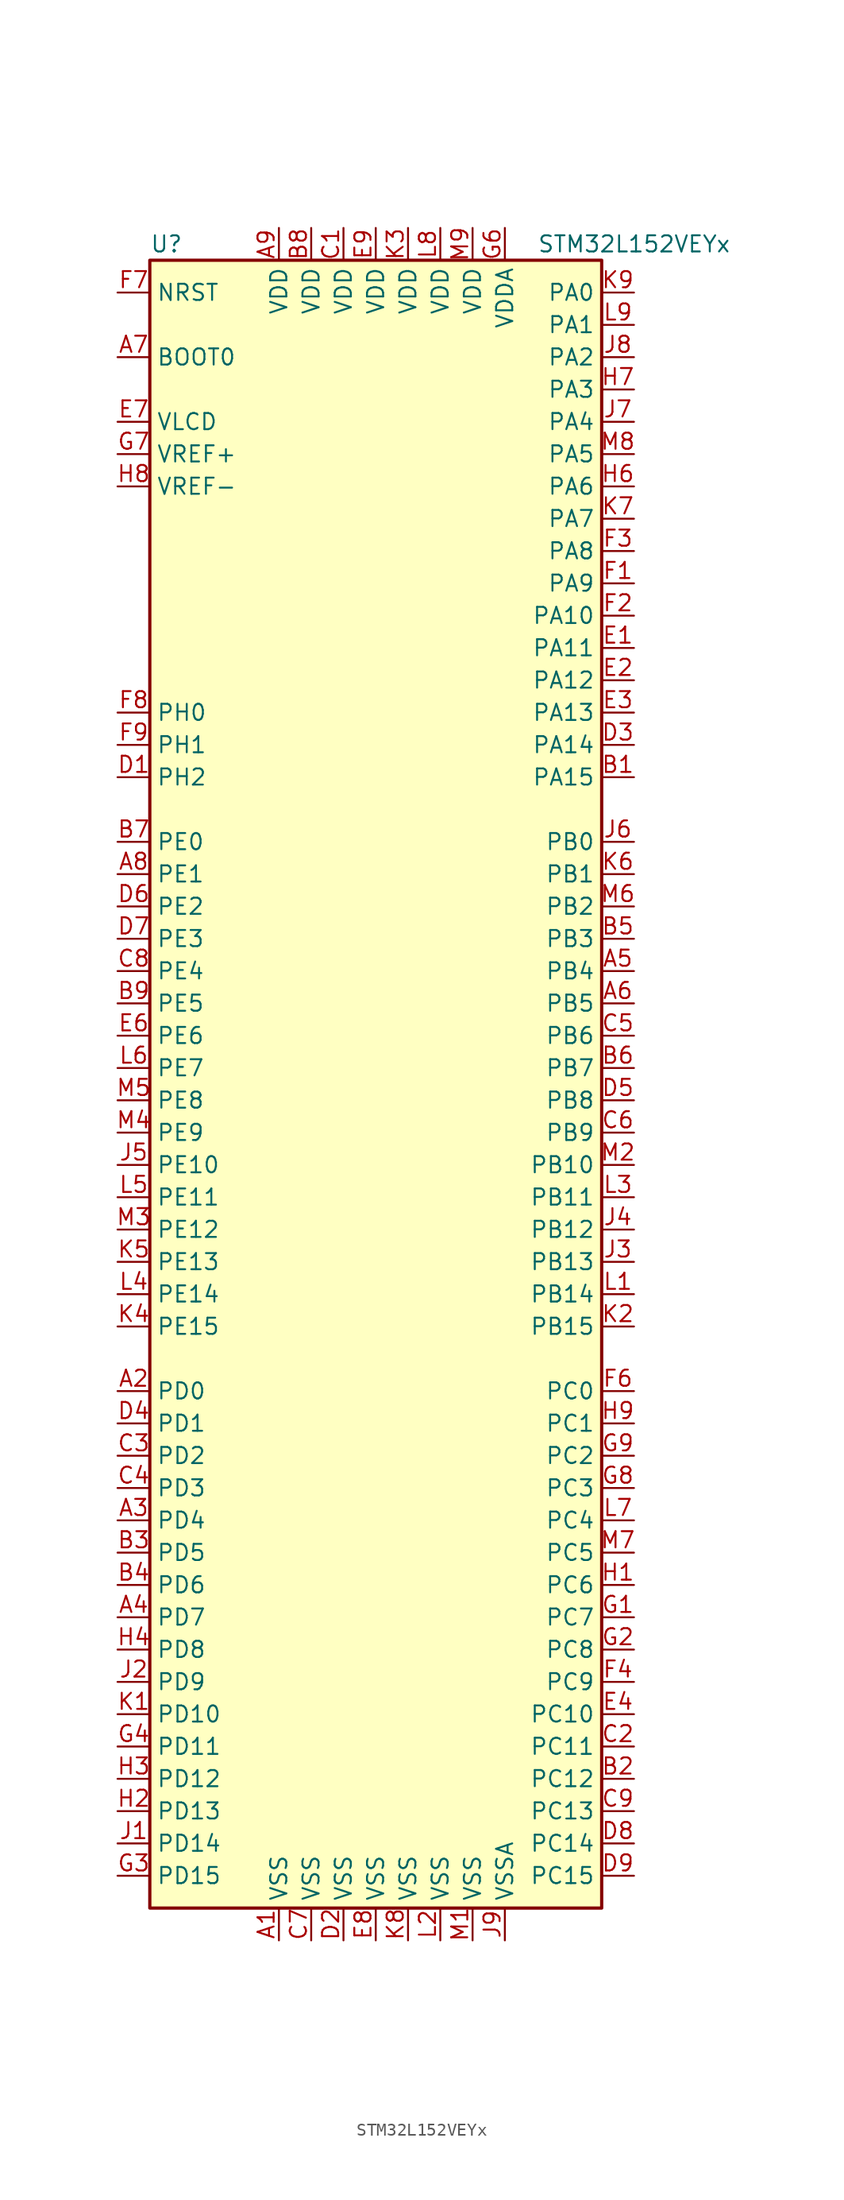
<source format=kicad_sym>
(kicad_symbol_lib
  (version 20201005)
  (generator kicad_symbol_editor)
  (symbol "MCU_ST_STM32L1:STM32L152VEYx"
    (property "Reference" "U"
      (at -17.78 64.77 0)
      (effects (font (size 1.27 1.27)) (justify left)))
    (property "Value" "STM32L152VEYx"
      (at 12.7 64.77 0)
      (effects (font (size 1.27 1.27)) (justify left)))
    (symbol "STM32L152VEYx_0_1"
      (rectangle (start -17.78 -66.04) (end 17.78 63.5) (stroke (width 0.254)) (fill (type background))))
    (symbol "STM32L152VEYx_1_1"
      (pin input line (at -20.32 55.88 0) (length 2.54) (name "BOOT0" (effects (font (size 1.27 1.27)))) (number "A7" (effects (font (size 1.27 1.27)))))
      (pin input line (at -20.32 60.96 0) (length 2.54) (name "NRST" (effects (font (size 1.27 1.27)))) (number "F7" (effects (font (size 1.27 1.27)))))
      (pin bidirectional line (at 20.32 60.96 180) (length 2.54) (name "PA0" (effects (font (size 1.27 1.27)))) (number "K9" (effects (font (size 1.27 1.27)))))
      (pin bidirectional line (at 20.32 58.42 180) (length 2.54) (name "PA1" (effects (font (size 1.27 1.27)))) (number "L9" (effects (font (size 1.27 1.27)))))
      (pin bidirectional line (at 20.32 35.56 180) (length 2.54) (name "PA10" (effects (font (size 1.27 1.27)))) (number "F2" (effects (font (size 1.27 1.27)))))
      (pin bidirectional line (at 20.32 33.02 180) (length 2.54) (name "PA11" (effects (font (size 1.27 1.27)))) (number "E1" (effects (font (size 1.27 1.27)))))
      (pin bidirectional line (at 20.32 30.48 180) (length 2.54) (name "PA12" (effects (font (size 1.27 1.27)))) (number "E2" (effects (font (size 1.27 1.27)))))
      (pin bidirectional line (at 20.32 27.94 180) (length 2.54) (name "PA13" (effects (font (size 1.27 1.27)))) (number "E3" (effects (font (size 1.27 1.27)))))
      (pin bidirectional line (at 20.32 25.4 180) (length 2.54) (name "PA14" (effects (font (size 1.27 1.27)))) (number "D3" (effects (font (size 1.27 1.27)))))
      (pin bidirectional line (at 20.32 22.86 180) (length 2.54) (name "PA15" (effects (font (size 1.27 1.27)))) (number "B1" (effects (font (size 1.27 1.27)))))
      (pin bidirectional line (at 20.32 55.88 180) (length 2.54) (name "PA2" (effects (font (size 1.27 1.27)))) (number "J8" (effects (font (size 1.27 1.27)))))
      (pin bidirectional line (at 20.32 53.34 180) (length 2.54) (name "PA3" (effects (font (size 1.27 1.27)))) (number "H7" (effects (font (size 1.27 1.27)))))
      (pin bidirectional line (at 20.32 50.8 180) (length 2.54) (name "PA4" (effects (font (size 1.27 1.27)))) (number "J7" (effects (font (size 1.27 1.27)))))
      (pin bidirectional line (at 20.32 48.26 180) (length 2.54) (name "PA5" (effects (font (size 1.27 1.27)))) (number "M8" (effects (font (size 1.27 1.27)))))
      (pin bidirectional line (at 20.32 45.72 180) (length 2.54) (name "PA6" (effects (font (size 1.27 1.27)))) (number "H6" (effects (font (size 1.27 1.27)))))
      (pin bidirectional line (at 20.32 43.18 180) (length 2.54) (name "PA7" (effects (font (size 1.27 1.27)))) (number "K7" (effects (font (size 1.27 1.27)))))
      (pin bidirectional line (at 20.32 40.64 180) (length 2.54) (name "PA8" (effects (font (size 1.27 1.27)))) (number "F3" (effects (font (size 1.27 1.27)))))
      (pin bidirectional line (at 20.32 38.1 180) (length 2.54) (name "PA9" (effects (font (size 1.27 1.27)))) (number "F1" (effects (font (size 1.27 1.27)))))
      (pin bidirectional line (at 20.32 17.78 180) (length 2.54) (name "PB0" (effects (font (size 1.27 1.27)))) (number "J6" (effects (font (size 1.27 1.27)))))
      (pin bidirectional line (at 20.32 15.24 180) (length 2.54) (name "PB1" (effects (font (size 1.27 1.27)))) (number "K6" (effects (font (size 1.27 1.27)))))
      (pin bidirectional line (at 20.32 -7.62 180) (length 2.54) (name "PB10" (effects (font (size 1.27 1.27)))) (number "M2" (effects (font (size 1.27 1.27)))))
      (pin bidirectional line (at 20.32 -10.16 180) (length 2.54) (name "PB11" (effects (font (size 1.27 1.27)))) (number "L3" (effects (font (size 1.27 1.27)))))
      (pin bidirectional line (at 20.32 -12.7 180) (length 2.54) (name "PB12" (effects (font (size 1.27 1.27)))) (number "J4" (effects (font (size 1.27 1.27)))))
      (pin bidirectional line (at 20.32 -15.24 180) (length 2.54) (name "PB13" (effects (font (size 1.27 1.27)))) (number "J3" (effects (font (size 1.27 1.27)))))
      (pin bidirectional line (at 20.32 -17.78 180) (length 2.54) (name "PB14" (effects (font (size 1.27 1.27)))) (number "L1" (effects (font (size 1.27 1.27)))))
      (pin bidirectional line (at 20.32 -20.32 180) (length 2.54) (name "PB15" (effects (font (size 1.27 1.27)))) (number "K2" (effects (font (size 1.27 1.27)))))
      (pin bidirectional line (at 20.32 12.7 180) (length 2.54) (name "PB2" (effects (font (size 1.27 1.27)))) (number "M6" (effects (font (size 1.27 1.27)))))
      (pin bidirectional line (at 20.32 10.16 180) (length 2.54) (name "PB3" (effects (font (size 1.27 1.27)))) (number "B5" (effects (font (size 1.27 1.27)))))
      (pin bidirectional line (at 20.32 7.62 180) (length 2.54) (name "PB4" (effects (font (size 1.27 1.27)))) (number "A5" (effects (font (size 1.27 1.27)))))
      (pin bidirectional line (at 20.32 5.08 180) (length 2.54) (name "PB5" (effects (font (size 1.27 1.27)))) (number "A6" (effects (font (size 1.27 1.27)))))
      (pin bidirectional line (at 20.32 2.54 180) (length 2.54) (name "PB6" (effects (font (size 1.27 1.27)))) (number "C5" (effects (font (size 1.27 1.27)))))
      (pin bidirectional line (at 20.32 0 180) (length 2.54) (name "PB7" (effects (font (size 1.27 1.27)))) (number "B6" (effects (font (size 1.27 1.27)))))
      (pin bidirectional line (at 20.32 -2.54 180) (length 2.54) (name "PB8" (effects (font (size 1.27 1.27)))) (number "D5" (effects (font (size 1.27 1.27)))))
      (pin bidirectional line (at 20.32 -5.08 180) (length 2.54) (name "PB9" (effects (font (size 1.27 1.27)))) (number "C6" (effects (font (size 1.27 1.27)))))
      (pin bidirectional line (at 20.32 -25.4 180) (length 2.54) (name "PC0" (effects (font (size 1.27 1.27)))) (number "F6" (effects (font (size 1.27 1.27)))))
      (pin bidirectional line (at 20.32 -27.94 180) (length 2.54) (name "PC1" (effects (font (size 1.27 1.27)))) (number "H9" (effects (font (size 1.27 1.27)))))
      (pin bidirectional line (at 20.32 -50.8 180) (length 2.54) (name "PC10" (effects (font (size 1.27 1.27)))) (number "E4" (effects (font (size 1.27 1.27)))))
      (pin bidirectional line (at 20.32 -53.34 180) (length 2.54) (name "PC11" (effects (font (size 1.27 1.27)))) (number "C2" (effects (font (size 1.27 1.27)))))
      (pin bidirectional line (at 20.32 -55.88 180) (length 2.54) (name "PC12" (effects (font (size 1.27 1.27)))) (number "B2" (effects (font (size 1.27 1.27)))))
      (pin bidirectional line (at 20.32 -58.42 180) (length 2.54) (name "PC13" (effects (font (size 1.27 1.27)))) (number "C9" (effects (font (size 1.27 1.27)))))
      (pin bidirectional line (at 20.32 -60.96 180) (length 2.54) (name "PC14" (effects (font (size 1.27 1.27)))) (number "D8" (effects (font (size 1.27 1.27)))))
      (pin bidirectional line (at 20.32 -63.5 180) (length 2.54) (name "PC15" (effects (font (size 1.27 1.27)))) (number "D9" (effects (font (size 1.27 1.27)))))
      (pin bidirectional line (at 20.32 -30.48 180) (length 2.54) (name "PC2" (effects (font (size 1.27 1.27)))) (number "G9" (effects (font (size 1.27 1.27)))))
      (pin bidirectional line (at 20.32 -33.02 180) (length 2.54) (name "PC3" (effects (font (size 1.27 1.27)))) (number "G8" (effects (font (size 1.27 1.27)))))
      (pin bidirectional line (at 20.32 -35.56 180) (length 2.54) (name "PC4" (effects (font (size 1.27 1.27)))) (number "L7" (effects (font (size 1.27 1.27)))))
      (pin bidirectional line (at 20.32 -38.1 180) (length 2.54) (name "PC5" (effects (font (size 1.27 1.27)))) (number "M7" (effects (font (size 1.27 1.27)))))
      (pin bidirectional line (at 20.32 -40.64 180) (length 2.54) (name "PC6" (effects (font (size 1.27 1.27)))) (number "H1" (effects (font (size 1.27 1.27)))))
      (pin bidirectional line (at 20.32 -43.18 180) (length 2.54) (name "PC7" (effects (font (size 1.27 1.27)))) (number "G1" (effects (font (size 1.27 1.27)))))
      (pin bidirectional line (at 20.32 -45.72 180) (length 2.54) (name "PC8" (effects (font (size 1.27 1.27)))) (number "G2" (effects (font (size 1.27 1.27)))))
      (pin bidirectional line (at 20.32 -48.26 180) (length 2.54) (name "PC9" (effects (font (size 1.27 1.27)))) (number "F4" (effects (font (size 1.27 1.27)))))
      (pin bidirectional line (at -20.32 -25.4 0) (length 2.54) (name "PD0" (effects (font (size 1.27 1.27)))) (number "A2" (effects (font (size 1.27 1.27)))))
      (pin bidirectional line (at -20.32 -27.94 0) (length 2.54) (name "PD1" (effects (font (size 1.27 1.27)))) (number "D4" (effects (font (size 1.27 1.27)))))
      (pin bidirectional line (at -20.32 -50.8 0) (length 2.54) (name "PD10" (effects (font (size 1.27 1.27)))) (number "K1" (effects (font (size 1.27 1.27)))))
      (pin bidirectional line (at -20.32 -53.34 0) (length 2.54) (name "PD11" (effects (font (size 1.27 1.27)))) (number "G4" (effects (font (size 1.27 1.27)))))
      (pin bidirectional line (at -20.32 -55.88 0) (length 2.54) (name "PD12" (effects (font (size 1.27 1.27)))) (number "H3" (effects (font (size 1.27 1.27)))))
      (pin bidirectional line (at -20.32 -58.42 0) (length 2.54) (name "PD13" (effects (font (size 1.27 1.27)))) (number "H2" (effects (font (size 1.27 1.27)))))
      (pin bidirectional line (at -20.32 -60.96 0) (length 2.54) (name "PD14" (effects (font (size 1.27 1.27)))) (number "J1" (effects (font (size 1.27 1.27)))))
      (pin bidirectional line (at -20.32 -63.5 0) (length 2.54) (name "PD15" (effects (font (size 1.27 1.27)))) (number "G3" (effects (font (size 1.27 1.27)))))
      (pin bidirectional line (at -20.32 -30.48 0) (length 2.54) (name "PD2" (effects (font (size 1.27 1.27)))) (number "C3" (effects (font (size 1.27 1.27)))))
      (pin bidirectional line (at -20.32 -33.02 0) (length 2.54) (name "PD3" (effects (font (size 1.27 1.27)))) (number "C4" (effects (font (size 1.27 1.27)))))
      (pin bidirectional line (at -20.32 -35.56 0) (length 2.54) (name "PD4" (effects (font (size 1.27 1.27)))) (number "A3" (effects (font (size 1.27 1.27)))))
      (pin bidirectional line (at -20.32 -38.1 0) (length 2.54) (name "PD5" (effects (font (size 1.27 1.27)))) (number "B3" (effects (font (size 1.27 1.27)))))
      (pin bidirectional line (at -20.32 -40.64 0) (length 2.54) (name "PD6" (effects (font (size 1.27 1.27)))) (number "B4" (effects (font (size 1.27 1.27)))))
      (pin bidirectional line (at -20.32 -43.18 0) (length 2.54) (name "PD7" (effects (font (size 1.27 1.27)))) (number "A4" (effects (font (size 1.27 1.27)))))
      (pin bidirectional line (at -20.32 -45.72 0) (length 2.54) (name "PD8" (effects (font (size 1.27 1.27)))) (number "H4" (effects (font (size 1.27 1.27)))))
      (pin bidirectional line (at -20.32 -48.26 0) (length 2.54) (name "PD9" (effects (font (size 1.27 1.27)))) (number "J2" (effects (font (size 1.27 1.27)))))
      (pin bidirectional line (at -20.32 17.78 0) (length 2.54) (name "PE0" (effects (font (size 1.27 1.27)))) (number "B7" (effects (font (size 1.27 1.27)))))
      (pin bidirectional line (at -20.32 15.24 0) (length 2.54) (name "PE1" (effects (font (size 1.27 1.27)))) (number "A8" (effects (font (size 1.27 1.27)))))
      (pin bidirectional line (at -20.32 -7.62 0) (length 2.54) (name "PE10" (effects (font (size 1.27 1.27)))) (number "J5" (effects (font (size 1.27 1.27)))))
      (pin bidirectional line (at -20.32 -10.16 0) (length 2.54) (name "PE11" (effects (font (size 1.27 1.27)))) (number "L5" (effects (font (size 1.27 1.27)))))
      (pin bidirectional line (at -20.32 -12.7 0) (length 2.54) (name "PE12" (effects (font (size 1.27 1.27)))) (number "M3" (effects (font (size 1.27 1.27)))))
      (pin bidirectional line (at -20.32 -15.24 0) (length 2.54) (name "PE13" (effects (font (size 1.27 1.27)))) (number "K5" (effects (font (size 1.27 1.27)))))
      (pin bidirectional line (at -20.32 -17.78 0) (length 2.54) (name "PE14" (effects (font (size 1.27 1.27)))) (number "L4" (effects (font (size 1.27 1.27)))))
      (pin bidirectional line (at -20.32 -20.32 0) (length 2.54) (name "PE15" (effects (font (size 1.27 1.27)))) (number "K4" (effects (font (size 1.27 1.27)))))
      (pin bidirectional line (at -20.32 12.7 0) (length 2.54) (name "PE2" (effects (font (size 1.27 1.27)))) (number "D6" (effects (font (size 1.27 1.27)))))
      (pin bidirectional line (at -20.32 10.16 0) (length 2.54) (name "PE3" (effects (font (size 1.27 1.27)))) (number "D7" (effects (font (size 1.27 1.27)))))
      (pin bidirectional line (at -20.32 7.62 0) (length 2.54) (name "PE4" (effects (font (size 1.27 1.27)))) (number "C8" (effects (font (size 1.27 1.27)))))
      (pin bidirectional line (at -20.32 5.08 0) (length 2.54) (name "PE5" (effects (font (size 1.27 1.27)))) (number "B9" (effects (font (size 1.27 1.27)))))
      (pin bidirectional line (at -20.32 2.54 0) (length 2.54) (name "PE6" (effects (font (size 1.27 1.27)))) (number "E6" (effects (font (size 1.27 1.27)))))
      (pin bidirectional line (at -20.32 0 0) (length 2.54) (name "PE7" (effects (font (size 1.27 1.27)))) (number "L6" (effects (font (size 1.27 1.27)))))
      (pin bidirectional line (at -20.32 -2.54 0) (length 2.54) (name "PE8" (effects (font (size 1.27 1.27)))) (number "M5" (effects (font (size 1.27 1.27)))))
      (pin bidirectional line (at -20.32 -5.08 0) (length 2.54) (name "PE9" (effects (font (size 1.27 1.27)))) (number "M4" (effects (font (size 1.27 1.27)))))
      (pin input line (at -20.32 27.94 0) (length 2.54) (name "PH0" (effects (font (size 1.27 1.27)))) (number "F8" (effects (font (size 1.27 1.27)))))
      (pin input line (at -20.32 25.4 0) (length 2.54) (name "PH1" (effects (font (size 1.27 1.27)))) (number "F9" (effects (font (size 1.27 1.27)))))
      (pin bidirectional line (at -20.32 22.86 0) (length 2.54) (name "PH2" (effects (font (size 1.27 1.27)))) (number "D1" (effects (font (size 1.27 1.27)))))
      (pin power_in line (at -7.62 66.04 270) (length 2.54) (name "VDD" (effects (font (size 1.27 1.27)))) (number "A9" (effects (font (size 1.27 1.27)))))
      (pin power_in line (at -5.08 66.04 270) (length 2.54) (name "VDD" (effects (font (size 1.27 1.27)))) (number "B8" (effects (font (size 1.27 1.27)))))
      (pin power_in line (at -2.54 66.04 270) (length 2.54) (name "VDD" (effects (font (size 1.27 1.27)))) (number "C1" (effects (font (size 1.27 1.27)))))
      (pin power_in line (at 0 66.04 270) (length 2.54) (name "VDD" (effects (font (size 1.27 1.27)))) (number "E9" (effects (font (size 1.27 1.27)))))
      (pin power_in line (at 2.54 66.04 270) (length 2.54) (name "VDD" (effects (font (size 1.27 1.27)))) (number "K3" (effects (font (size 1.27 1.27)))))
      (pin power_in line (at 5.08 66.04 270) (length 2.54) (name "VDD" (effects (font (size 1.27 1.27)))) (number "L8" (effects (font (size 1.27 1.27)))))
      (pin power_in line (at 7.62 66.04 270) (length 2.54) (name "VDD" (effects (font (size 1.27 1.27)))) (number "M9" (effects (font (size 1.27 1.27)))))
      (pin power_in line (at 10.16 66.04 270) (length 2.54) (name "VDDA" (effects (font (size 1.27 1.27)))) (number "G6" (effects (font (size 1.27 1.27)))))
      (pin power_in line (at -20.32 50.8 0) (length 2.54) (name "VLCD" (effects (font (size 1.27 1.27)))) (number "E7" (effects (font (size 1.27 1.27)))))
      (pin power_in line (at -20.32 48.26 0) (length 2.54) (name "VREF+" (effects (font (size 1.27 1.27)))) (number "G7" (effects (font (size 1.27 1.27)))))
      (pin power_in line (at -20.32 45.72 0) (length 2.54) (name "VREF-" (effects (font (size 1.27 1.27)))) (number "H8" (effects (font (size 1.27 1.27)))))
      (pin power_in line (at -7.62 -68.58 90) (length 2.54) (name "VSS" (effects (font (size 1.27 1.27)))) (number "A1" (effects (font (size 1.27 1.27)))))
      (pin power_in line (at -5.08 -68.58 90) (length 2.54) (name "VSS" (effects (font (size 1.27 1.27)))) (number "C7" (effects (font (size 1.27 1.27)))))
      (pin power_in line (at -2.54 -68.58 90) (length 2.54) (name "VSS" (effects (font (size 1.27 1.27)))) (number "D2" (effects (font (size 1.27 1.27)))))
      (pin power_in line (at 0 -68.58 90) (length 2.54) (name "VSS" (effects (font (size 1.27 1.27)))) (number "E8" (effects (font (size 1.27 1.27)))))
      (pin power_in line (at 2.54 -68.58 90) (length 2.54) (name "VSS" (effects (font (size 1.27 1.27)))) (number "K8" (effects (font (size 1.27 1.27)))))
      (pin power_in line (at 5.08 -68.58 90) (length 2.54) (name "VSS" (effects (font (size 1.27 1.27)))) (number "L2" (effects (font (size 1.27 1.27)))))
      (pin power_in line (at 7.62 -68.58 90) (length 2.54) (name "VSS" (effects (font (size 1.27 1.27)))) (number "M1" (effects (font (size 1.27 1.27)))))
      (pin power_in line (at 10.16 -68.58 90) (length 2.54) (name "VSSA" (effects (font (size 1.27 1.27)))) (number "J9" (effects (font (size 1.27 1.27))))))))
</source>
